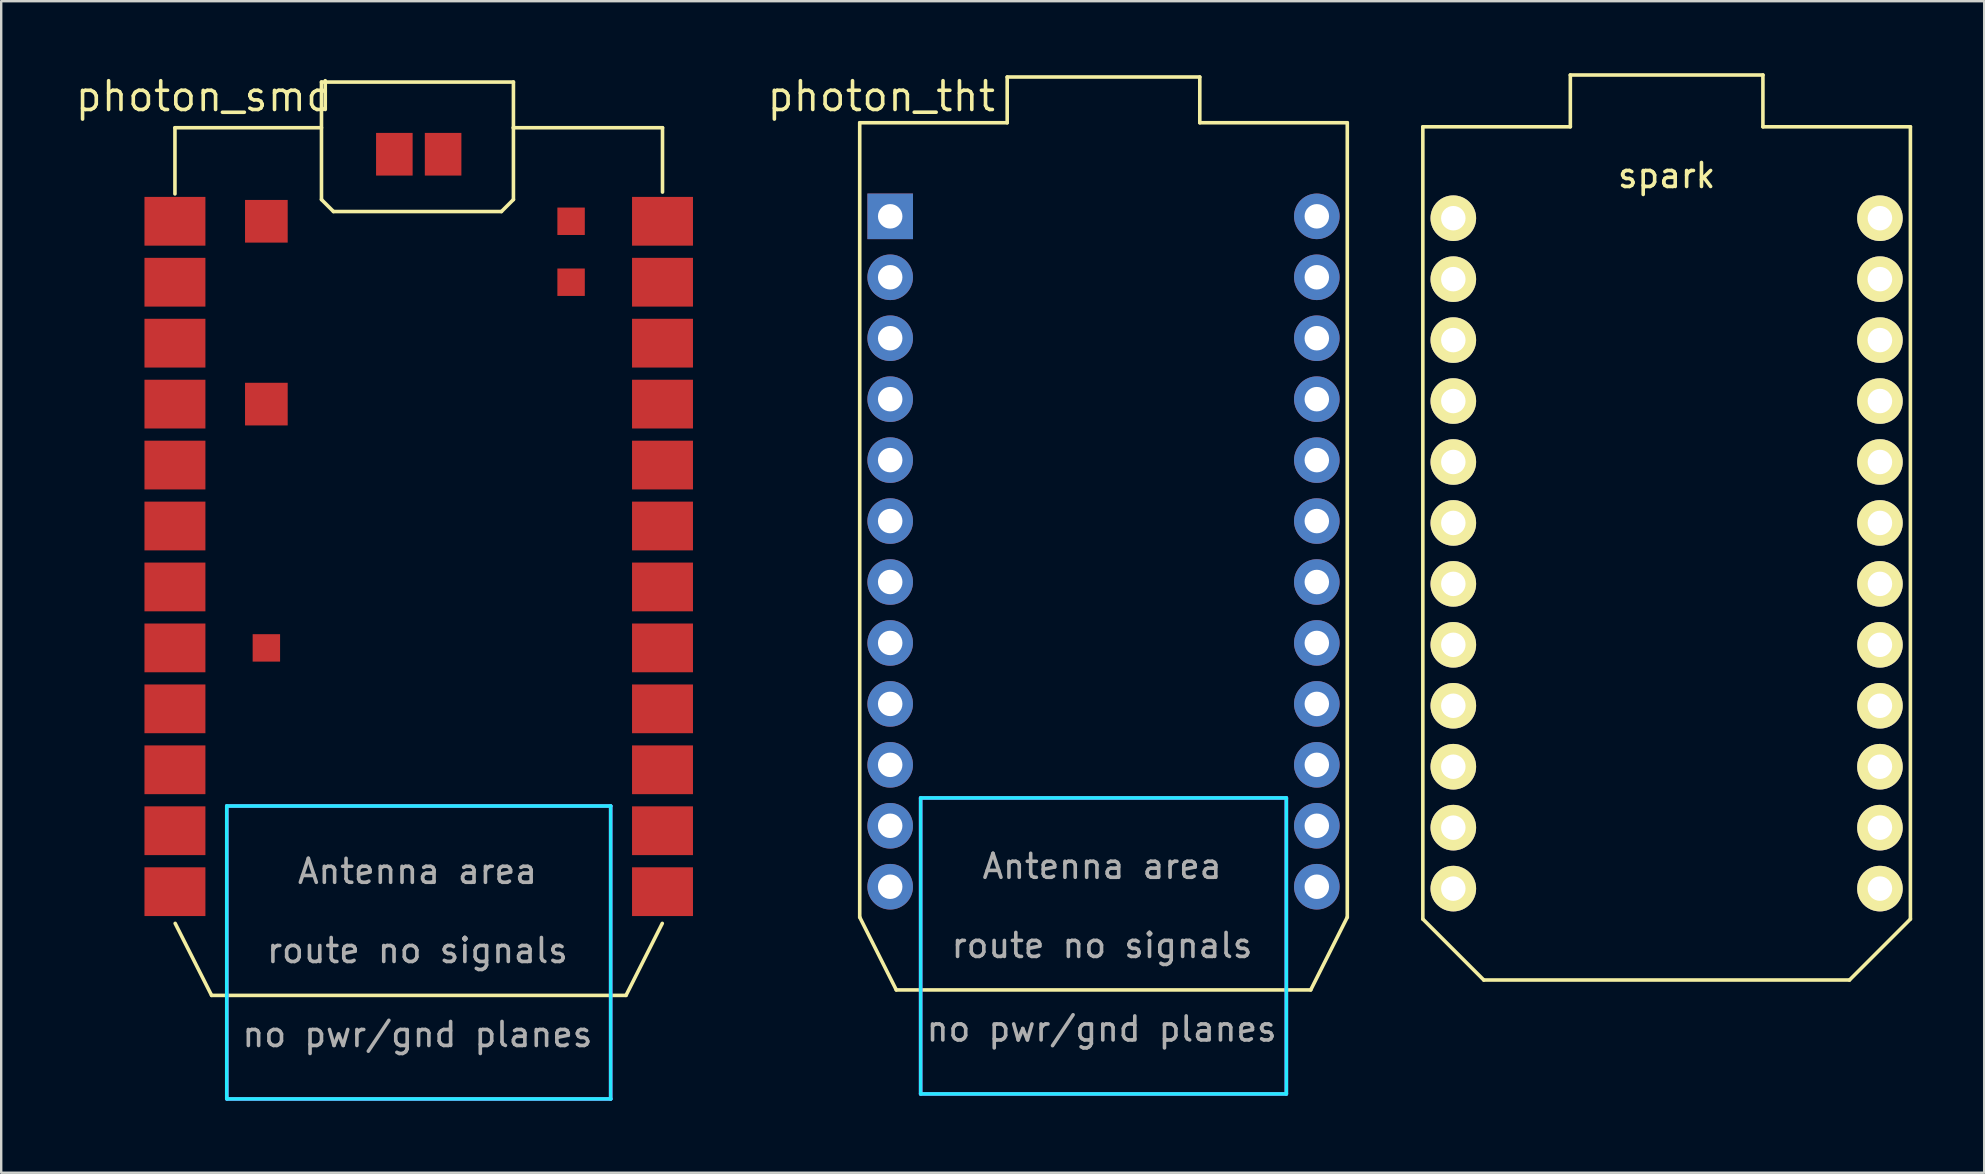
<source format=kicad_pcb>
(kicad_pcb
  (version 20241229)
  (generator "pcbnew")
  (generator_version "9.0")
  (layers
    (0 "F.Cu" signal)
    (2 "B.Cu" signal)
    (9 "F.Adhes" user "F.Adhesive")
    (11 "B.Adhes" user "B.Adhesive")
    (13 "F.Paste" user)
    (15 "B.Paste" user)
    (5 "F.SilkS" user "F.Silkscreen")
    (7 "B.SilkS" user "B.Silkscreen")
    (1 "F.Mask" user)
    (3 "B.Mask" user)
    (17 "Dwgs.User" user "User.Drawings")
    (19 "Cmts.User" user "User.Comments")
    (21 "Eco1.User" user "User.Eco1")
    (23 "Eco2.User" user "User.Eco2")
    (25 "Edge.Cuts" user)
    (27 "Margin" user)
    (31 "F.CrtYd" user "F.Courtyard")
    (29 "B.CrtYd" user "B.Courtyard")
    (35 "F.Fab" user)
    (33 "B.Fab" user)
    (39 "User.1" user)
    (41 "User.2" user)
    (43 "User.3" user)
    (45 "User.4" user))
  (footprint "photon_tht"
    (layer "F.Cu")
    (at 42.937 19.924)
    (property "Reference" "photon_tht" (at -9.257 -18.959 0) (layer "F.SilkS") (effects (font (size 1.2 1.2) (thickness 0.15))))
    (attr through_hole)
    (fp_line (start -10.157 -17.858) (end -10.157 15.252) (stroke (width 0.15) (type solid)) (layer "F.SilkS"))
    (fp_line (start -10.157 15.252) (end -8.633 18.282) (stroke (width 0.15) (type solid)) (layer "F.SilkS"))
    (fp_line (start -8.633 18.282) (end 8.639 18.282) (stroke (width 0.15) (type solid)) (layer "F.SilkS"))
    (fp_line (start -4.011 -19.764) (end -4.011 -17.859) (stroke (width 0.15) (type solid)) (layer "F.SilkS"))
    (fp_line (start -4.011 -19.764) (end 4.016 -19.764) (stroke (width 0.15) (type solid)) (layer "F.SilkS"))
    (fp_line (start -4.011 -17.858) (end -10.157 -17.858) (stroke (width 0.15) (type solid)) (layer "F.SilkS"))
    (fp_line (start 4.016 -19.764) (end 4.016 -17.859) (stroke (width 0.15) (type solid)) (layer "F.SilkS"))
    (fp_line (start 4.016 -17.859) (end 10.163 -17.859) (stroke (width 0.15) (type solid)) (layer "F.SilkS"))
    (fp_line (start 10.163 -17.859) (end 10.163 15.252) (stroke (width 0.15) (type solid)) (layer "F.SilkS"))
    (fp_line (start 10.163 15.252) (end 8.639 18.282) (stroke (width 0.15) (type solid)) (layer "F.SilkS"))
    (fp_line (start -7.617 22.617) (end -7.617 10.282) (stroke (width 0.15) (type solid)) (layer "B.CrtYd"))
    (fp_line (start 7.623 10.282) (end -7.617 10.282) (stroke (width 0.15) (type solid)) (layer "B.CrtYd"))
    (fp_line (start 7.623 22.617) (end -7.617 22.617) (stroke (width 0.15) (type solid)) (layer "B.CrtYd"))
    (fp_line (start 7.623 22.617) (end 7.623 10.282) (stroke (width 0.15) (type solid)) (layer "B.CrtYd"))
    (fp_line (start -7.617 22.617) (end -7.617 10.282) (stroke (width 0.15) (type solid)) (layer "F.CrtYd"))
    (fp_line (start 7.623 10.282) (end -7.617 10.282) (stroke (width 0.15) (type solid)) (layer "F.CrtYd"))
    (fp_line (start 7.623 22.617) (end -7.617 22.617) (stroke (width 0.15) (type solid)) (layer "F.CrtYd"))
    (fp_line (start 7.623 22.617) (end 7.623 10.282) (stroke (width 0.15) (type solid)) (layer "F.CrtYd"))
    (fp_text user "no pwr/gnd planes" (at -0.074 19.911 0) (layer "F.Fab") (effects (font (size 1 1) (thickness 0.15))))
    (fp_text user "route no signals" (at -0.056 16.431 0) (layer "F.Fab") (effects (font (size 1 1) (thickness 0.15))))
    (fp_text user "Antenna area" (at -0.056 13.133 0) (layer "F.Fab") (effects (font (size 1 1) (thickness 0.15))))
    (pad "1" thru_hole rect (at -8.887 -13.958) (size 1.9 1.9) (drill 1.02) (layers "*.Cu" "*.Mask"))
    (pad "2" thru_hole circle (at -8.887 -11.418) (size 1.9 1.9) (drill 1.02) (layers "*.Cu" "*.Mask"))
    (pad "3" thru_hole circle (at -8.887 -8.878) (size 1.9 1.9) (drill 1.02) (layers "*.Cu" "*.Mask"))
    (pad "4" thru_hole circle (at -8.887 -6.338) (size 1.9 1.9) (drill 1.02) (layers "*.Cu" "*.Mask"))
    (pad "5" thru_hole circle (at -8.887 -3.798) (size 1.9 1.9) (drill 1.02) (layers "*.Cu" "*.Mask"))
    (pad "6" thru_hole circle (at -8.887 -1.258) (size 1.9 1.9) (drill 1.02) (layers "*.Cu" "*.Mask"))
    (pad "7" thru_hole circle (at -8.887 1.282) (size 1.9 1.9) (drill 1.02) (layers "*.Cu" "*.Mask"))
    (pad "8" thru_hole circle (at -8.887 3.822) (size 1.9 1.9) (drill 1.02) (layers "*.Cu" "*.Mask"))
    (pad "9" thru_hole circle (at -8.887 6.362) (size 1.9 1.9) (drill 1.02) (layers "*.Cu" "*.Mask"))
    (pad "10" thru_hole circle (at -8.887 8.902) (size 1.9 1.9) (drill 1.02) (layers "*.Cu" "*.Mask"))
    (pad "11" thru_hole circle (at -8.887 11.442) (size 1.9 1.9) (drill 1.02) (layers "*.Cu" "*.Mask"))
    (pad "12" thru_hole circle (at -8.887 13.982) (size 1.9 1.9) (drill 1.02) (layers "*.Cu" "*.Mask"))
    (pad "13" thru_hole circle (at 8.893 13.982) (size 1.9 1.9) (drill 1.02) (layers "*.Cu" "*.Mask"))
    (pad "14" thru_hole circle (at 8.893 11.442) (size 1.9 1.9) (drill 1.02) (layers "*.Cu" "*.Mask"))
    (pad "15" thru_hole circle (at 8.893 8.902) (size 1.9 1.9) (drill 1.02) (layers "*.Cu" "*.Mask"))
    (pad "16" thru_hole circle (at 8.893 6.362) (size 1.9 1.9) (drill 1.02) (layers "*.Cu" "*.Mask"))
    (pad "17" thru_hole circle (at 8.893 3.822) (size 1.9 1.9) (drill 1.02) (layers "*.Cu" "*.Mask"))
    (pad "18" thru_hole circle (at 8.893 1.282) (size 1.9 1.9) (drill 1.02) (layers "*.Cu" "*.Mask"))
    (pad "19" thru_hole circle (at 8.893 -1.258) (size 1.9 1.9) (drill 1.02) (layers "*.Cu" "*.Mask"))
    (pad "20" thru_hole circle (at 8.893 -3.798) (size 1.9 1.9) (drill 1.02) (layers "*.Cu" "*.Mask"))
    (pad "21" thru_hole circle (at 8.893 -6.338) (size 1.9 1.9) (drill 1.02) (layers "*.Cu" "*.Mask"))
    (pad "22" thru_hole circle (at 8.893 -8.878) (size 1.9 1.9) (drill 1.02) (layers "*.Cu" "*.Mask"))
    (pad "23" thru_hole circle (at 8.893 -11.418) (size 1.9 1.9) (drill 1.02) (layers "*.Cu" "*.Mask"))
    (pad "24" thru_hole circle (at 8.893 -13.958) (size 1.9 1.9) (drill 1.02) (layers "*.Cu" "*.Mask")))
  (footprint "spark"
    (layer "F.Cu")
    (at 66.409 37.794)
    (property "Reference" "spark" (at 0 -33.528 0) (layer "F.SilkS") (effects (font (size 1 1) (thickness 0.15))))
    (attr through_hole)
    (fp_line (start -10.16 -35.56) (end -10.16 -2.54) (stroke (width 0.15) (type solid)) (layer "F.SilkS"))
    (fp_line (start -10.16 -2.54) (end -7.62 0) (stroke (width 0.15) (type solid)) (layer "F.SilkS"))
    (fp_line (start -7.62 0) (end 7.62 0) (stroke (width 0.15) (type solid)) (layer "F.SilkS"))
    (fp_line (start -4.013 -37.719) (end -4.013 -35.56) (stroke (width 0.15) (type solid)) (layer "F.SilkS"))
    (fp_line (start -4.013 -37.719) (end 4.013 -37.719) (stroke (width 0.15) (type solid)) (layer "F.SilkS"))
    (fp_line (start -4.013 -35.56) (end -10.16 -35.56) (stroke (width 0.15) (type solid)) (layer "F.SilkS"))
    (fp_line (start 4.013 -37.719) (end 4.013 -35.56) (stroke (width 0.15) (type solid)) (layer "F.SilkS"))
    (fp_line (start 4.013 -35.56) (end 10.16 -35.56) (stroke (width 0.15) (type solid)) (layer "F.SilkS"))
    (fp_line (start 10.16 -35.56) (end 10.16 -2.54) (stroke (width 0.15) (type solid)) (layer "F.SilkS"))
    (fp_line (start 10.16 -2.54) (end 7.62 0) (stroke (width 0.15) (type solid)) (layer "F.SilkS"))
    (pad "1" thru_hole circle (at -8.89 -31.75) (size 1.9 1.9) (drill 1.02) (layers "*.Cu" "*.Mask" "F.SilkS"))
    (pad "2" thru_hole circle (at -8.89 -29.21) (size 1.9 1.9) (drill 1.02) (layers "*.Cu" "*.Mask" "F.SilkS"))
    (pad "3" thru_hole circle (at -8.89 -26.67) (size 1.9 1.9) (drill 1.02) (layers "*.Cu" "*.Mask" "F.SilkS"))
    (pad "4" thru_hole circle (at -8.89 -24.13) (size 1.9 1.9) (drill 1.02) (layers "*.Cu" "*.Mask" "F.SilkS"))
    (pad "5" thru_hole circle (at -8.89 -21.59) (size 1.9 1.9) (drill 1.02) (layers "*.Cu" "*.Mask" "F.SilkS"))
    (pad "6" thru_hole circle (at -8.89 -19.05) (size 1.9 1.9) (drill 1.02) (layers "*.Cu" "*.Mask" "F.SilkS"))
    (pad "7" thru_hole circle (at -8.89 -16.51) (size 1.9 1.9) (drill 1.02) (layers "*.Cu" "*.Mask" "F.SilkS"))
    (pad "8" thru_hole circle (at -8.89 -13.97) (size 1.9 1.9) (drill 1.02) (layers "*.Cu" "*.Mask" "F.SilkS"))
    (pad "9" thru_hole circle (at -8.89 -11.43) (size 1.9 1.9) (drill 1.02) (layers "*.Cu" "*.Mask" "F.SilkS"))
    (pad "10" thru_hole circle (at -8.89 -8.89) (size 1.9 1.9) (drill 1.02) (layers "*.Cu" "*.Mask" "F.SilkS"))
    (pad "11" thru_hole circle (at -8.89 -6.35) (size 1.9 1.9) (drill 1.02) (layers "*.Cu" "*.Mask" "F.SilkS"))
    (pad "12" thru_hole circle (at -8.89 -3.81) (size 1.9 1.9) (drill 1.02) (layers "*.Cu" "*.Mask" "F.SilkS"))
    (pad "13" thru_hole circle (at 8.89 -3.81) (size 1.9 1.9) (drill 1.02) (layers "*.Cu" "*.Mask" "F.SilkS"))
    (pad "14" thru_hole circle (at 8.89 -6.35) (size 1.9 1.9) (drill 1.02) (layers "*.Cu" "*.Mask" "F.SilkS"))
    (pad "15" thru_hole circle (at 8.89 -8.89) (size 1.9 1.9) (drill 1.02) (layers "*.Cu" "*.Mask" "F.SilkS"))
    (pad "16" thru_hole circle (at 8.89 -11.43) (size 1.9 1.9) (drill 1.02) (layers "*.Cu" "*.Mask" "F.SilkS"))
    (pad "17" thru_hole circle (at 8.89 -13.97) (size 1.9 1.9) (drill 1.02) (layers "*.Cu" "*.Mask" "F.SilkS"))
    (pad "18" thru_hole circle (at 8.89 -16.51) (size 1.9 1.9) (drill 1.02) (layers "*.Cu" "*.Mask" "F.SilkS"))
    (pad "19" thru_hole circle (at 8.89 -19.05) (size 1.9 1.9) (drill 1.02) (layers "*.Cu" "*.Mask" "F.SilkS"))
    (pad "20" thru_hole circle (at 8.89 -21.59) (size 1.9 1.9) (drill 1.02) (layers "*.Cu" "*.Mask" "F.SilkS"))
    (pad "21" thru_hole circle (at 8.89 -24.13) (size 1.9 1.9) (drill 1.02) (layers "*.Cu" "*.Mask" "F.SilkS"))
    (pad "22" thru_hole circle (at 8.89 -26.67) (size 1.9 1.9) (drill 1.02) (layers "*.Cu" "*.Mask" "F.SilkS"))
    (pad "23" thru_hole circle (at 8.89 -29.21) (size 1.9 1.9) (drill 1.02) (layers "*.Cu" "*.Mask" "F.SilkS"))
    (pad "24" thru_hole circle (at 8.89 -31.75) (size 1.9 1.9) (drill 1.02) (layers "*.Cu" "*.Mask" "F.SilkS")))
  (footprint "photon_smd"
    (layer "F.Cu")
    (at 4.244 2.274)
    (property "Reference" "photon_smd" (at 1.204 -1.308 0) (layer "F.SilkS") (effects (font (size 1.2 1.2) (thickness 0.15))))
    (attr through_hole)
    (fp_line (start -0.003 0) (end -0.003 2.757) (stroke (width 0.15) (type solid)) (layer "F.SilkS"))
    (fp_line (start 0.007 33.16) (end 1.524 36.16) (stroke (width 0.15) (type solid)) (layer "F.SilkS"))
    (fp_line (start 1.524 36.16) (end 18.796 36.16) (stroke (width 0.15) (type solid)) (layer "F.SilkS"))
    (fp_line (start 6.104 0) (end -0.003 0) (stroke (width 0.15) (type solid)) (layer "F.SilkS"))
    (fp_line (start 6.104 2.992) (end 6.104 -1.905) (stroke (width 0.15) (type solid)) (layer "F.SilkS"))
    (fp_line (start 6.604 3.492) (end 6.104 2.992) (stroke (width 0.15) (type solid)) (layer "F.SilkS"))
    (fp_line (start 13.604 3.492) (end 6.604 3.492) (stroke (width 0.15) (type solid)) (layer "F.SilkS"))
    (fp_line (start 14.104 -1.905) (end 6.104 -1.905) (stroke (width 0.15) (type solid)) (layer "F.SilkS"))
    (fp_line (start 14.104 2.992) (end 13.604 3.492) (stroke (width 0.15) (type solid)) (layer "F.SilkS"))
    (fp_line (start 14.104 2.992) (end 14.104 -1.905) (stroke (width 0.15) (type solid)) (layer "F.SilkS"))
    (fp_line (start 20.307 33.16) (end 18.796 36.16) (stroke (width 0.15) (type solid)) (layer "F.SilkS"))
    (fp_line (start 20.317 0) (end 14.094 0) (stroke (width 0.15) (type solid)) (layer "F.SilkS"))
    (fp_line (start 20.317 0) (end 20.317 2.681) (stroke (width 0.15) (type solid)) (layer "F.SilkS"))
    (fp_line (start 2.157 28.268) (end 2.157 40.476) (stroke (width 0.15) (type solid)) (layer "B.CrtYd"))
    (fp_line (start 2.179 40.476) (end 18.161 40.476) (stroke (width 0.15) (type solid)) (layer "B.CrtYd"))
    (fp_line (start 18.157 28.268) (end 2.157 28.268) (stroke (width 0.15) (type solid)) (layer "B.CrtYd"))
    (fp_line (start 18.157 40.476) (end 18.157 28.268) (stroke (width 0.15) (type solid)) (layer "B.CrtYd"))
    (fp_line (start 2.157 28.268) (end 2.157 40.476) (stroke (width 0.15) (type solid)) (layer "F.CrtYd"))
    (fp_line (start 2.179 40.476) (end 18.161 40.476) (stroke (width 0.15) (type solid)) (layer "F.CrtYd"))
    (fp_line (start 18.157 28.268) (end 2.157 28.268) (stroke (width 0.15) (type solid)) (layer "F.CrtYd"))
    (fp_line (start 18.157 40.476) (end 18.157 28.268) (stroke (width 0.15) (type solid)) (layer "F.CrtYd"))
    (fp_text user "Antenna area" (at 10.104 30.992 0) (layer "F.Fab") (effects (font (size 1 1) (thickness 0.15))))
    (fp_text user "no pwr/gnd planes" (at 10.104 37.792 0) (layer "F.Fab") (effects (font (size 1 1) (thickness 0.15))))
    (fp_text user "route no signals" (at 10.104 34.292 0) (layer "F.Fab") (effects (font (size 1 1) (thickness 0.15))))
    (pad "1" smd rect (at -0.003 3.898 270) (size 2.032 2.54) (layers "F.Cu" "F.Mask" "F.Paste"))
    (pad "2" smd rect (at -0.003 6.438 270) (size 2.032 2.54) (layers "F.Cu" "F.Mask" "F.Paste"))
    (pad "3" smd rect (at -0.003 8.978 270) (size 2.032 2.54) (layers "F.Cu" "F.Mask" "F.Paste"))
    (pad "4" smd rect (at -0.003 11.518 270) (size 2.032 2.54) (layers "F.Cu" "F.Mask" "F.Paste"))
    (pad "5" smd rect (at -0.003 14.058 270) (size 2.032 2.54) (layers "F.Cu" "F.Mask" "F.Paste"))
    (pad "6" smd rect (at -0.003 16.598 270) (size 2.032 2.54) (layers "F.Cu" "F.Mask" "F.Paste"))
    (pad "7" smd rect (at -0.003 19.138 270) (size 2.032 2.54) (layers "F.Cu" "F.Mask" "F.Paste"))
    (pad "8" smd rect (at -0.003 21.678 270) (size 2.032 2.54) (layers "F.Cu" "F.Mask" "F.Paste"))
    (pad "9" smd rect (at -0.003 24.218 270) (size 2.032 2.54) (layers "F.Cu" "F.Mask" "F.Paste"))
    (pad "10" smd rect (at -0.003 26.758 270) (size 2.032 2.54) (layers "F.Cu" "F.Mask" "F.Paste"))
    (pad "11" smd rect (at -0.003 29.298 270) (size 2.032 2.54) (layers "F.Cu" "F.Mask" "F.Paste"))
    (pad "12" smd rect (at -0.003 31.838 270) (size 2.032 2.54) (layers "F.Cu" "F.Mask" "F.Paste"))
    (pad "13" smd rect (at 20.317 31.838 270) (size 2.032 2.54) (layers "F.Cu" "F.Mask" "F.Paste"))
    (pad "14" smd rect (at 20.317 29.298 270) (size 2.032 2.54) (layers "F.Cu" "F.Mask" "F.Paste"))
    (pad "15" smd rect (at 20.317 26.758 270) (size 2.032 2.54) (layers "F.Cu" "F.Mask" "F.Paste"))
    (pad "16" smd rect (at 20.317 24.218 270) (size 2.032 2.54) (layers "F.Cu" "F.Mask" "F.Paste"))
    (pad "17" smd rect (at 20.317 21.678 270) (size 2.032 2.54) (layers "F.Cu" "F.Mask" "F.Paste"))
    (pad "18" smd rect (at 20.317 19.138 270) (size 2.032 2.54) (layers "F.Cu" "F.Mask" "F.Paste"))
    (pad "19" smd rect (at 20.317 16.598 270) (size 2.032 2.54) (layers "F.Cu" "F.Mask" "F.Paste"))
    (pad "20" smd rect (at 20.317 14.058 270) (size 2.032 2.54) (layers "F.Cu" "F.Mask" "F.Paste"))
    (pad "21" smd rect (at 20.317 11.518 270) (size 2.032 2.54) (layers "F.Cu" "F.Mask" "F.Paste"))
    (pad "22" smd rect (at 20.317 8.978 270) (size 2.032 2.54) (layers "F.Cu" "F.Mask" "F.Paste"))
    (pad "23" smd rect (at 20.317 6.438 270) (size 2.032 2.54) (layers "F.Cu" "F.Mask" "F.Paste"))
    (pad "24" smd rect (at 20.317 3.898 270) (size 2.032 2.54) (layers "F.Cu" "F.Mask" "F.Paste"))
    (pad "25" smd rect (at 3.807 3.898 270) (size 1.778 1.778) (layers "F.Cu" "F.Mask" "F.Paste"))
    (pad "26" smd rect (at 3.807 11.518 270) (size 1.778 1.778) (layers "F.Cu" "F.Mask" "F.Paste"))
    (pad "27" smd rect (at 3.807 21.678 270) (size 1.143 1.143) (layers "F.Cu" "F.Mask" "F.Paste"))
    (pad "28" smd rect (at 16.507 6.438 270) (size 1.143 1.143) (layers "F.Cu" "F.Mask" "F.Paste"))
    (pad "29" smd rect (at 16.507 3.898 270) (size 1.143 1.143) (layers "F.Cu" "F.Mask" "F.Paste"))
    (pad "30" smd rect (at 11.173 1.104 270) (size 1.778 1.524) (layers "F.Cu" "F.Mask" "F.Paste"))
    (pad "31" smd rect (at 9.141 1.104 270) (size 1.778 1.524) (layers "F.Cu" "F.Mask" "F.Paste")))
  (gr_rect
    (start -3 -3)
    (end 79.644 45.825)
    (stroke (width 0.1) (type default))
    (fill no)
    (layer "Edge.Cuts")))
</source>
